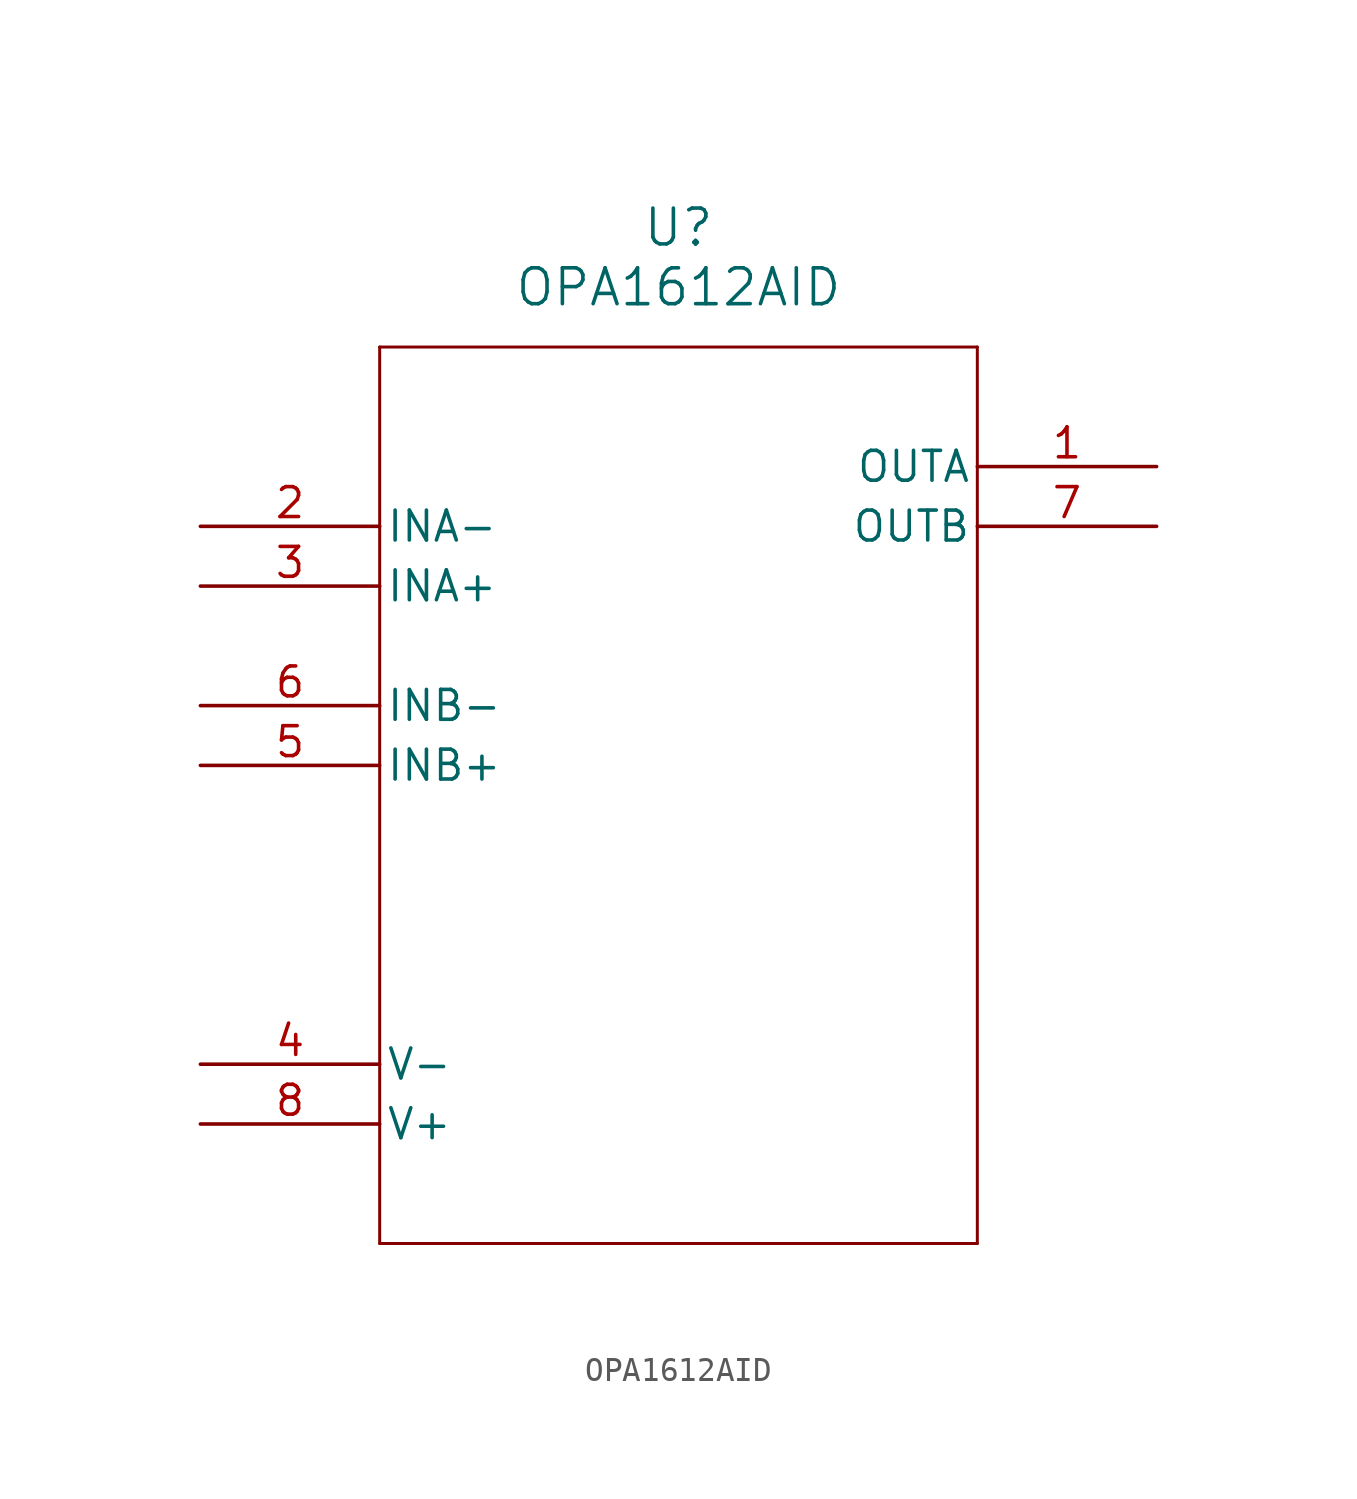
<source format=kicad_sym>
(kicad_symbol_lib
  (version 20211014)
  (generator kicad_symbol_editor)
  (symbol "OPA1612AID"
    (pin_names
      (offset 0.254))
    (property "Reference" "U"
      (at 20.32 12.7 0)
      (effects (font (size 1.524 1.524))))
    (property "Value" "OPA1612AID"
      (at 20.32 10.16 0)
      (effects (font (size 1.524 1.524))))
    (symbol "OPA1612AID_0_1"
      (polyline (pts (xy 7.62 7.62) (xy 7.62 -30.48)) (stroke (width 0.127) (type default) (color 0 0 0 0)) (fill (type none)))
      (polyline (pts (xy 7.62 -30.48) (xy 33.02 -30.48)) (stroke (width 0.127) (type default) (color 0 0 0 0)) (fill (type none)))
      (polyline (pts (xy 33.02 -30.48) (xy 33.02 7.62)) (stroke (width 0.127) (type default) (color 0 0 0 0)) (fill (type none)))
      (polyline (pts (xy 33.02 7.62) (xy 7.62 7.62)) (stroke (width 0.127) (type default) (color 0 0 0 0)) (fill (type none)))
      (pin output line (at 40.64 2.54 180) (length 7.62) (name "OUTA" (effects (font (size 1.27 1.27)))) (number "1" (effects (font (size 1.27 1.27)))))
      (pin input line (at 0 0 0) (length 7.62) (name "INA-" (effects (font (size 1.27 1.27)))) (number "2" (effects (font (size 1.27 1.27)))))
      (pin input line (at 0 -2.54 0) (length 7.62) (name "INA+" (effects (font (size 1.27 1.27)))) (number "3" (effects (font (size 1.27 1.27)))))
      (pin power_in line (at 0 -22.86 0) (length 7.62) (name "V-" (effects (font (size 1.27 1.27)))) (number "4" (effects (font (size 1.27 1.27)))))
      (pin input line (at 0 -10.16 0) (length 7.62) (name "INB+" (effects (font (size 1.27 1.27)))) (number "5" (effects (font (size 1.27 1.27)))))
      (pin input line (at 0 -7.62 0) (length 7.62) (name "INB-" (effects (font (size 1.27 1.27)))) (number "6" (effects (font (size 1.27 1.27)))))
      (pin output line (at 40.64 0 180) (length 7.62) (name "OUTB" (effects (font (size 1.27 1.27)))) (number "7" (effects (font (size 1.27 1.27)))))
      (pin power_in line (at 0 -25.4 0) (length 7.62) (name "V+" (effects (font (size 1.27 1.27)))) (number "8" (effects (font (size 1.27 1.27))))))))
</source>
